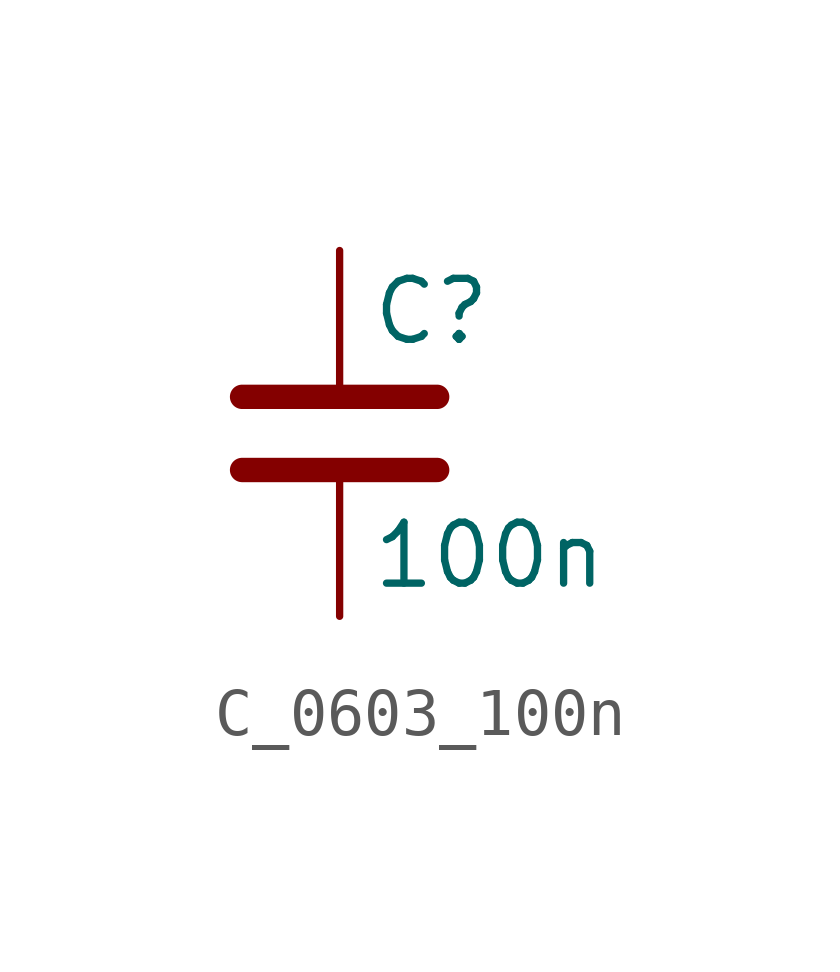
<source format=kicad_sym>
(kicad_symbol_lib
  (version 20220914)
  (generator kicad_symbol_editor)
  (symbol "C_0603_100n"
    (pin_numbers hide)
    (pin_names
      (offset 0.254))
    (property "Reference" "C"
      (at 0.635 2.54 0)
      (effects (font (size 1.27 1.27)) (justify left)))
    (property "Value" "100n"
      (at 0.635 -2.54 0)
      (effects (font (size 1.27 1.27)) (justify left)))
    (symbol "C_0603_100n_0_1"
      (polyline (pts (xy -2.032 -0.762) (xy 2.032 -0.762)) (stroke (width 0.508) (type default)) (fill (type none)))
      (polyline (pts (xy -2.032 0.762) (xy 2.032 0.762)) (stroke (width 0.508) (type default)) (fill (type none))))
    (symbol "C_0603_100n_1_1"
      (pin passive line (at 0 3.81 270) (length 2.794) (name "~" (effects (font (size 1.27 1.27)))) (number "1" (effects (font (size 1.27 1.27)))))
      (pin passive line (at 0 -3.81 90) (length 2.794) (name "~" (effects (font (size 1.27 1.27)))) (number "2" (effects (font (size 1.27 1.27))))))))
</source>
